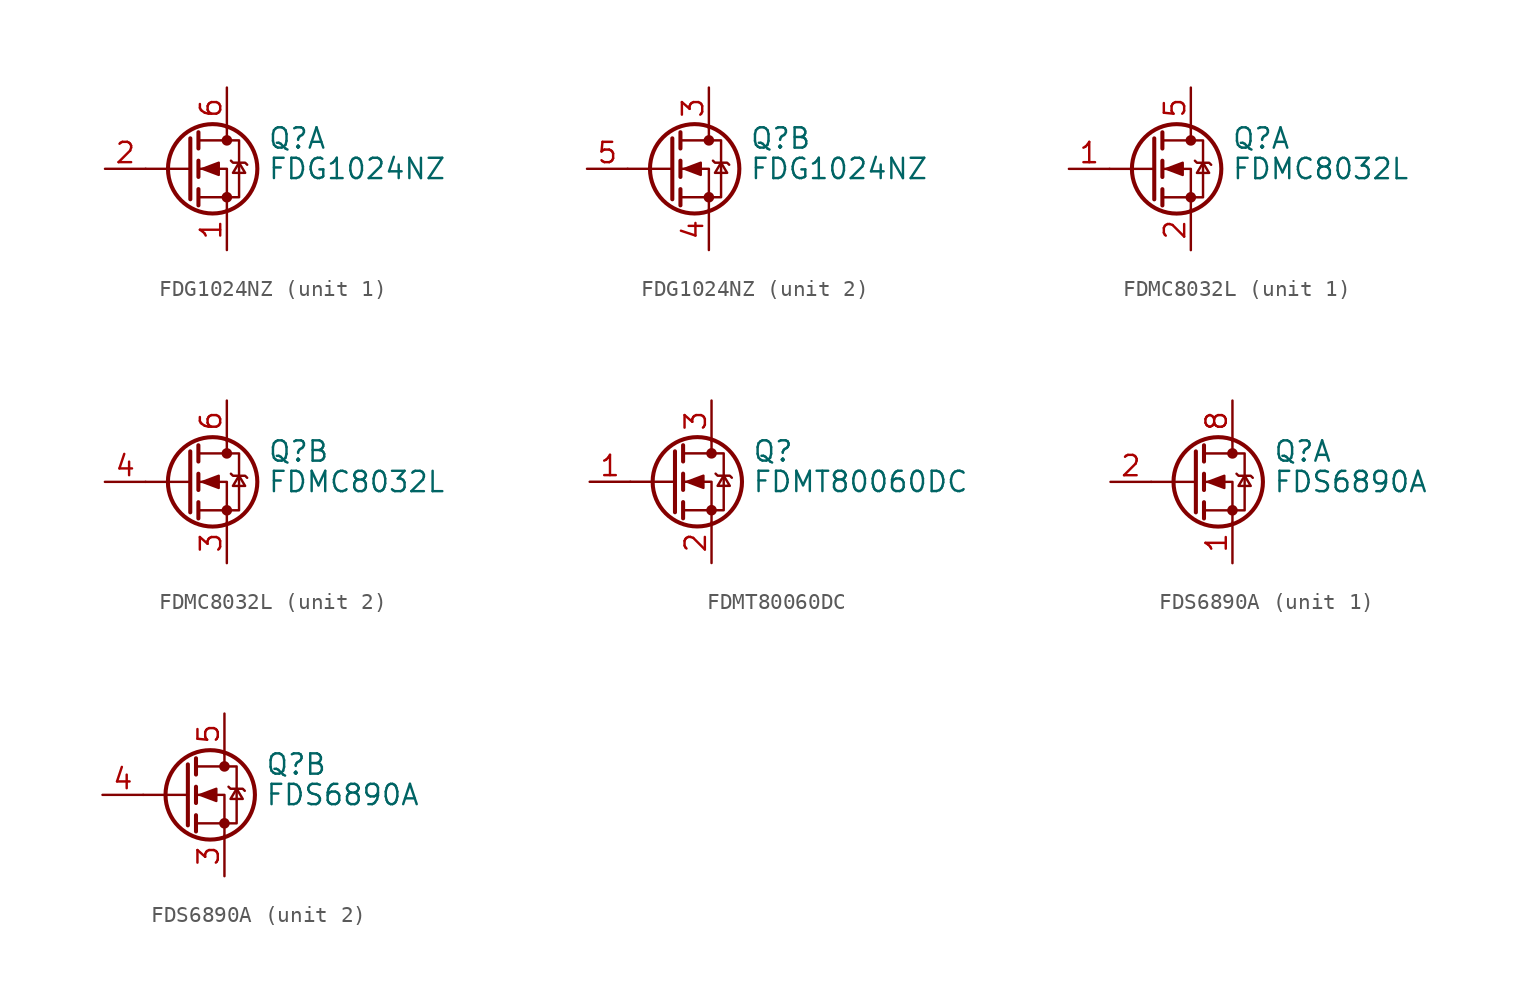
<source format=kicad_sym>
(kicad_symbol_lib
  (version 20210619)
  (generator kicad_symbol_editor)
  (symbol "Transistor_FET:FDG1024NZ"
    (pin_names hide)
    (property "Reference" "Q"
      (at 5.08 1.905 0)
      (effects (font (size 1.27 1.27)) (justify left)))
    (property "Value" "FDG1024NZ"
      (at 5.08 0 0)
      (effects (font (size 1.27 1.27)) (justify left)))
    (symbol "FDG1024NZ_0_1"
      (circle (center 1.651 0) (radius 2.794) (stroke (width 0.254)) (fill (type none)))
      (circle (center 2.54 -1.778) (radius 0.254) (stroke (width 0)) (fill (type outline)))
      (circle (center 2.54 1.778) (radius 0.254) (stroke (width 0)) (fill (type outline)))
      (polyline (pts (xy 0.254 0) (xy -2.54 0)) (stroke (width 0)) (fill (type none)))
      (polyline (pts (xy 0.254 1.905) (xy 0.254 -1.905)) (stroke (width 0.254)) (fill (type none)))
      (polyline (pts (xy 0.762 -1.27) (xy 0.762 -2.286)) (stroke (width 0.254)) (fill (type none)))
      (polyline (pts (xy 0.762 0.508) (xy 0.762 -0.508)) (stroke (width 0.254)) (fill (type none)))
      (polyline (pts (xy 0.762 2.286) (xy 0.762 1.27)) (stroke (width 0.254)) (fill (type none)))
      (polyline (pts (xy 2.54 2.54) (xy 2.54 1.778)) (stroke (width 0)) (fill (type none)))
      (polyline (pts (xy 2.54 -2.54) (xy 2.54 0) (xy 0.762 0)) (stroke (width 0)) (fill (type none)))
      (polyline (pts (xy 0.762 -1.778) (xy 3.302 -1.778) (xy 3.302 1.778) (xy 0.762 1.778)) (stroke (width 0)) (fill (type none)))
      (polyline (pts (xy 2.794 0.508) (xy 2.921 0.381) (xy 3.683 0.381) (xy 3.81 0.254)) (stroke (width 0)) (fill (type none)))
      (polyline (pts (xy 3.302 0.381) (xy 2.921 -0.254) (xy 3.683 -0.254) (xy 3.302 0.381)) (stroke (width 0)) (fill (type none)))
      (polyline (pts (xy 1.016 0) (xy 2.032 0.381) (xy 2.032 -0.381) (xy 1.016 0)) (stroke (width 0)) (fill (type outline))))
    (symbol "FDG1024NZ_1_1"
      (pin passive line (at 2.54 -5.08 90) (length 2.54) (name "S" (effects (font (size 1.27 1.27)))) (number "1" (effects (font (size 1.27 1.27)))))
      (pin passive line (at -5.08 0 0) (length 2.54) (name "G" (effects (font (size 1.27 1.27)))) (number "2" (effects (font (size 1.27 1.27)))))
      (pin passive line (at 2.54 5.08 270) (length 2.54) (name "D" (effects (font (size 1.27 1.27)))) (number "6" (effects (font (size 1.27 1.27))))))
    (symbol "FDG1024NZ_2_1"
      (pin passive line (at 2.54 5.08 270) (length 2.54) (name "D" (effects (font (size 1.27 1.27)))) (number "3" (effects (font (size 1.27 1.27)))))
      (pin passive line (at 2.54 -5.08 90) (length 2.54) (name "S" (effects (font (size 1.27 1.27)))) (number "4" (effects (font (size 1.27 1.27)))))
      (pin passive line (at -5.08 0 0) (length 2.54) (name "G" (effects (font (size 1.27 1.27)))) (number "5" (effects (font (size 1.27 1.27)))))))
  (symbol "Transistor_FET:FDMC8032L"
    (pin_names hide)
    (property "Reference" "Q"
      (at 5.08 1.905 0)
      (effects (font (size 1.27 1.27)) (justify left)))
    (property "Value" "FDMC8032L"
      (at 5.08 0 0)
      (effects (font (size 1.27 1.27)) (justify left)))
    (symbol "FDMC8032L_0_1"
      (circle (center 1.651 0) (radius 2.794) (stroke (width 0.254)) (fill (type none)))
      (circle (center 2.54 -1.778) (radius 0.254) (stroke (width 0)) (fill (type outline)))
      (circle (center 2.54 1.778) (radius 0.254) (stroke (width 0)) (fill (type outline)))
      (polyline (pts (xy 0.254 0) (xy -2.54 0)) (stroke (width 0)) (fill (type none)))
      (polyline (pts (xy 0.254 1.905) (xy 0.254 -1.905)) (stroke (width 0.254)) (fill (type none)))
      (polyline (pts (xy 0.762 -1.27) (xy 0.762 -2.286)) (stroke (width 0.254)) (fill (type none)))
      (polyline (pts (xy 0.762 0.508) (xy 0.762 -0.508)) (stroke (width 0.254)) (fill (type none)))
      (polyline (pts (xy 0.762 2.286) (xy 0.762 1.27)) (stroke (width 0.254)) (fill (type none)))
      (polyline (pts (xy 2.54 2.54) (xy 2.54 1.778)) (stroke (width 0)) (fill (type none)))
      (polyline (pts (xy 2.54 -2.54) (xy 2.54 0) (xy 0.762 0)) (stroke (width 0)) (fill (type none)))
      (polyline (pts (xy 0.762 -1.778) (xy 3.302 -1.778) (xy 3.302 1.778) (xy 0.762 1.778)) (stroke (width 0)) (fill (type none)))
      (polyline (pts (xy 2.794 0.508) (xy 2.921 0.381) (xy 3.683 0.381) (xy 3.81 0.254)) (stroke (width 0)) (fill (type none)))
      (polyline (pts (xy 3.302 0.381) (xy 2.921 -0.254) (xy 3.683 -0.254) (xy 3.302 0.381)) (stroke (width 0)) (fill (type none)))
      (polyline (pts (xy 1.016 0) (xy 2.032 0.381) (xy 2.032 -0.381) (xy 1.016 0)) (stroke (width 0)) (fill (type outline))))
    (symbol "FDMC8032L_1_1"
      (pin passive line (at -5.08 0 0) (length 2.54) (name "G1" (effects (font (size 1.27 1.27)))) (number "1" (effects (font (size 1.27 1.27)))))
      (pin passive line (at 2.54 -5.08 90) (length 2.54) (name "S1" (effects (font (size 1.27 1.27)))) (number "2" (effects (font (size 1.27 1.27)))))
      (pin passive line (at 2.54 5.08 270) (length 2.54) (name "D1" (effects (font (size 1.27 1.27)))) (number "5" (effects (font (size 1.27 1.27))))))
    (symbol "FDMC8032L_2_1"
      (pin passive line (at 2.54 -5.08 90) (length 2.54) (name "S2" (effects (font (size 1.27 1.27)))) (number "3" (effects (font (size 1.27 1.27)))))
      (pin passive line (at -5.08 0 0) (length 2.54) (name "G2" (effects (font (size 1.27 1.27)))) (number "4" (effects (font (size 1.27 1.27)))))
      (pin passive line (at 2.54 5.08 270) (length 2.54) (name "D2" (effects (font (size 1.27 1.27)))) (number "6" (effects (font (size 1.27 1.27)))))))
  (symbol "Transistor_FET:FDMT80060DC"
    (pin_names hide)
    (property "Reference" "Q"
      (at 5.08 1.905 0)
      (effects (font (size 1.27 1.27)) (justify left)))
    (property "Value" "FDMT80060DC"
      (at 5.08 0 0)
      (effects (font (size 1.27 1.27)) (justify left)))
    (symbol "FDMT80060DC_0_1"
      (circle (center 1.651 0) (radius 2.794) (stroke (width 0.254)) (fill (type none)))
      (circle (center 2.54 -1.778) (radius 0.254) (stroke (width 0)) (fill (type outline)))
      (circle (center 2.54 1.778) (radius 0.254) (stroke (width 0)) (fill (type outline)))
      (polyline (pts (xy 0.254 0) (xy -2.54 0)) (stroke (width 0)) (fill (type none)))
      (polyline (pts (xy 0.254 1.905) (xy 0.254 -1.905)) (stroke (width 0.254)) (fill (type none)))
      (polyline (pts (xy 0.762 -1.27) (xy 0.762 -2.286)) (stroke (width 0.254)) (fill (type none)))
      (polyline (pts (xy 0.762 0.508) (xy 0.762 -0.508)) (stroke (width 0.254)) (fill (type none)))
      (polyline (pts (xy 0.762 2.286) (xy 0.762 1.27)) (stroke (width 0.254)) (fill (type none)))
      (polyline (pts (xy 2.54 2.54) (xy 2.54 1.778)) (stroke (width 0)) (fill (type none)))
      (polyline (pts (xy 2.54 -2.54) (xy 2.54 0) (xy 0.762 0)) (stroke (width 0)) (fill (type none)))
      (polyline (pts (xy 0.762 -1.778) (xy 3.302 -1.778) (xy 3.302 1.778) (xy 0.762 1.778)) (stroke (width 0)) (fill (type none)))
      (polyline (pts (xy 2.794 0.508) (xy 2.921 0.381) (xy 3.683 0.381) (xy 3.81 0.254)) (stroke (width 0)) (fill (type none)))
      (polyline (pts (xy 3.302 0.381) (xy 2.921 -0.254) (xy 3.683 -0.254) (xy 3.302 0.381)) (stroke (width 0)) (fill (type none)))
      (polyline (pts (xy 1.016 0) (xy 2.032 0.381) (xy 2.032 -0.381) (xy 1.016 0)) (stroke (width 0)) (fill (type outline))))
    (symbol "FDMT80060DC_1_1"
      (pin passive line (at -5.08 0 0) (length 2.54) (name "G" (effects (font (size 1.27 1.27)))) (number "1" (effects (font (size 1.27 1.27)))))
      (pin passive line (at 2.54 -5.08 90) (length 2.54) (name "S" (effects (font (size 1.27 1.27)))) (number "2" (effects (font (size 1.27 1.27)))))
      (pin passive line (at 2.54 5.08 270) (length 2.54) (name "D" (effects (font (size 1.27 1.27)))) (number "3" (effects (font (size 1.27 1.27)))))))
  (symbol "Transistor_FET:FDS6890A"
    (pin_names hide)
    (property "Reference" "Q"
      (at 5.08 1.905 0)
      (effects (font (size 1.27 1.27)) (justify left)))
    (property "Value" "FDS6890A"
      (at 5.08 0 0)
      (effects (font (size 1.27 1.27)) (justify left)))
    (symbol "FDS6890A_0_1"
      (circle (center 1.651 0) (radius 2.794) (stroke (width 0.254)) (fill (type none)))
      (circle (center 2.54 -1.778) (radius 0.254) (stroke (width 0)) (fill (type outline)))
      (circle (center 2.54 1.778) (radius 0.254) (stroke (width 0)) (fill (type outline)))
      (polyline (pts (xy 0.254 0) (xy -2.54 0)) (stroke (width 0)) (fill (type none)))
      (polyline (pts (xy 0.254 1.905) (xy 0.254 -1.905)) (stroke (width 0.254)) (fill (type none)))
      (polyline (pts (xy 0.762 -1.27) (xy 0.762 -2.286)) (stroke (width 0.254)) (fill (type none)))
      (polyline (pts (xy 0.762 0.508) (xy 0.762 -0.508)) (stroke (width 0.254)) (fill (type none)))
      (polyline (pts (xy 0.762 2.286) (xy 0.762 1.27)) (stroke (width 0.254)) (fill (type none)))
      (polyline (pts (xy 2.54 2.54) (xy 2.54 1.778)) (stroke (width 0)) (fill (type none)))
      (polyline (pts (xy 2.54 -2.54) (xy 2.54 0) (xy 0.762 0)) (stroke (width 0)) (fill (type none)))
      (polyline (pts (xy 0.762 -1.778) (xy 3.302 -1.778) (xy 3.302 1.778) (xy 0.762 1.778)) (stroke (width 0)) (fill (type none)))
      (polyline (pts (xy 2.794 0.508) (xy 2.921 0.381) (xy 3.683 0.381) (xy 3.81 0.254)) (stroke (width 0)) (fill (type none)))
      (polyline (pts (xy 3.302 0.381) (xy 2.921 -0.254) (xy 3.683 -0.254) (xy 3.302 0.381)) (stroke (width 0)) (fill (type none)))
      (polyline (pts (xy 1.016 0) (xy 2.032 0.381) (xy 2.032 -0.381) (xy 1.016 0)) (stroke (width 0)) (fill (type outline))))
    (symbol "FDS6890A_1_1"
      (pin passive line (at 2.54 -5.08 90) (length 2.54) (name "S1" (effects (font (size 1.27 1.27)))) (number "1" (effects (font (size 1.27 1.27)))))
      (pin passive line (at -5.08 0 0) (length 2.54) (name "G1" (effects (font (size 1.27 1.27)))) (number "2" (effects (font (size 1.27 1.27)))))
      (pin passive line (at 2.54 5.08 270) (length 2.54) hide (name "D1" (effects (font (size 1.27 1.27)))) (number "7" (effects (font (size 1.27 1.27)))))
      (pin passive line (at 2.54 5.08 270) (length 2.54) (name "D1" (effects (font (size 1.27 1.27)))) (number "8" (effects (font (size 1.27 1.27))))))
    (symbol "FDS6890A_2_1"
      (pin passive line (at 2.54 -5.08 90) (length 2.54) (name "S2" (effects (font (size 1.27 1.27)))) (number "3" (effects (font (size 1.27 1.27)))))
      (pin passive line (at -5.08 0 0) (length 2.54) (name "G2" (effects (font (size 1.27 1.27)))) (number "4" (effects (font (size 1.27 1.27)))))
      (pin passive line (at 2.54 5.08 270) (length 2.54) (name "D2" (effects (font (size 1.27 1.27)))) (number "5" (effects (font (size 1.27 1.27)))))
      (pin passive line (at 2.54 5.08 270) (length 2.54) hide (name "D2" (effects (font (size 1.27 1.27)))) (number "6" (effects (font (size 1.27 1.27))))))))
</source>
